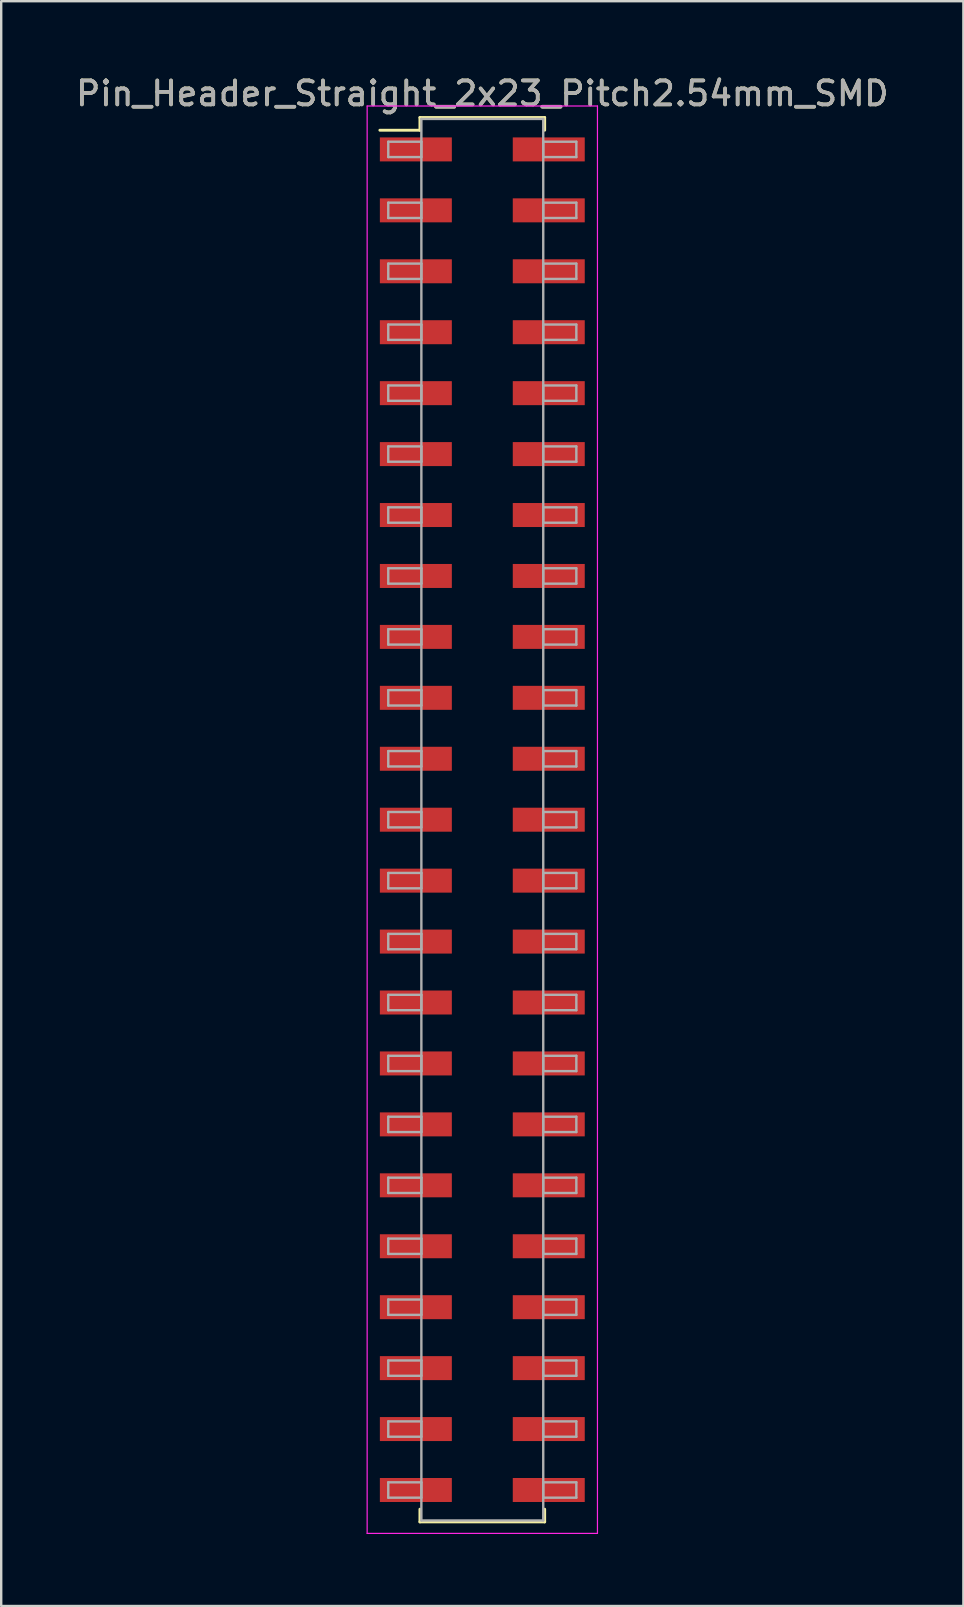
<source format=kicad_pcb>
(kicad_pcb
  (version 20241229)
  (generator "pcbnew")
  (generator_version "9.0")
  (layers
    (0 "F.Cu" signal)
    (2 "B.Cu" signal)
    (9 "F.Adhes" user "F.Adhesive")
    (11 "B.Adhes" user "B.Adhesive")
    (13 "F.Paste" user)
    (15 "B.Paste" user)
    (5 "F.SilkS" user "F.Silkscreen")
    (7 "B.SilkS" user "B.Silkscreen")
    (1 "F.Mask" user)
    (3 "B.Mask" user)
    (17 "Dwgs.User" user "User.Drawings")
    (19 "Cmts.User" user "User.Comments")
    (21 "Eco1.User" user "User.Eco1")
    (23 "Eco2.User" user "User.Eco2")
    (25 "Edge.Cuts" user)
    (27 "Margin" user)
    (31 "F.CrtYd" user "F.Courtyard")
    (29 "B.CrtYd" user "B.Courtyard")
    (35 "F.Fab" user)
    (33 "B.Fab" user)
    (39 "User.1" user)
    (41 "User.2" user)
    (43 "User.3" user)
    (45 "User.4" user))
  (footprint "Pin_Header_Straight_2x23_Pitch2.54mm_SMD"
    (layer "F.Cu")
    (at 17.054 31.118)
    (property "Reference" "Pin_Header_Straight_2x23_Pitch2.54mm_SMD" (at 0 -30.27 0) (layer "F.SilkS") (effects (font (size 1 1) (thickness 0.15))))
    (attr smd)
    (fp_line (start -4.27 -28.74) (end -2.6 -28.74) (stroke (width 0.12) (type solid)) (layer "F.SilkS"))
    (fp_line (start -2.6 -29.27) (end 2.6 -29.27) (stroke (width 0.12) (type solid)) (layer "F.SilkS"))
    (fp_line (start -2.6 -28.74) (end -2.6 -29.27) (stroke (width 0.12) (type solid)) (layer "F.SilkS"))
    (fp_line (start -2.6 28.74) (end -2.6 29.27) (stroke (width 0.12) (type solid)) (layer "F.SilkS"))
    (fp_line (start -2.6 29.27) (end 2.6 29.27) (stroke (width 0.12) (type solid)) (layer "F.SilkS"))
    (fp_line (start 2.6 -29.27) (end 2.6 -28.74) (stroke (width 0.12) (type solid)) (layer "F.SilkS"))
    (fp_line (start 2.6 29.27) (end 2.6 28.74) (stroke (width 0.12) (type solid)) (layer "F.SilkS"))
    (fp_line (start -4.8 -29.75) (end -4.8 29.75) (stroke (width 0.05) (type solid)) (layer "F.CrtYd"))
    (fp_line (start -4.8 29.75) (end 4.8 29.75) (stroke (width 0.05) (type solid)) (layer "F.CrtYd"))
    (fp_line (start 4.8 -29.75) (end -4.8 -29.75) (stroke (width 0.05) (type solid)) (layer "F.CrtYd"))
    (fp_line (start 4.8 29.75) (end 4.8 -29.75) (stroke (width 0.05) (type solid)) (layer "F.CrtYd"))
    (fp_line (start -3.92 -28.26) (end -2.54 -28.26) (stroke (width 0.1) (type solid)) (layer "F.Fab"))
    (fp_line (start -3.92 -27.62) (end -3.92 -28.26) (stroke (width 0.1) (type solid)) (layer "F.Fab"))
    (fp_line (start -3.92 -25.72) (end -2.54 -25.72) (stroke (width 0.1) (type solid)) (layer "F.Fab"))
    (fp_line (start -3.92 -25.08) (end -3.92 -25.72) (stroke (width 0.1) (type solid)) (layer "F.Fab"))
    (fp_line (start -3.92 -23.18) (end -2.54 -23.18) (stroke (width 0.1) (type solid)) (layer "F.Fab"))
    (fp_line (start -3.92 -22.54) (end -3.92 -23.18) (stroke (width 0.1) (type solid)) (layer "F.Fab"))
    (fp_line (start -3.92 -20.64) (end -2.54 -20.64) (stroke (width 0.1) (type solid)) (layer "F.Fab"))
    (fp_line (start -3.92 -20) (end -3.92 -20.64) (stroke (width 0.1) (type solid)) (layer "F.Fab"))
    (fp_line (start -3.92 -18.1) (end -2.54 -18.1) (stroke (width 0.1) (type solid)) (layer "F.Fab"))
    (fp_line (start -3.92 -17.46) (end -3.92 -18.1) (stroke (width 0.1) (type solid)) (layer "F.Fab"))
    (fp_line (start -3.92 -15.56) (end -2.54 -15.56) (stroke (width 0.1) (type solid)) (layer "F.Fab"))
    (fp_line (start -3.92 -14.92) (end -3.92 -15.56) (stroke (width 0.1) (type solid)) (layer "F.Fab"))
    (fp_line (start -3.92 -13.02) (end -2.54 -13.02) (stroke (width 0.1) (type solid)) (layer "F.Fab"))
    (fp_line (start -3.92 -12.38) (end -3.92 -13.02) (stroke (width 0.1) (type solid)) (layer "F.Fab"))
    (fp_line (start -3.92 -10.48) (end -2.54 -10.48) (stroke (width 0.1) (type solid)) (layer "F.Fab"))
    (fp_line (start -3.92 -9.84) (end -3.92 -10.48) (stroke (width 0.1) (type solid)) (layer "F.Fab"))
    (fp_line (start -3.92 -7.94) (end -2.54 -7.94) (stroke (width 0.1) (type solid)) (layer "F.Fab"))
    (fp_line (start -3.92 -7.3) (end -3.92 -7.94) (stroke (width 0.1) (type solid)) (layer "F.Fab"))
    (fp_line (start -3.92 -5.4) (end -2.54 -5.4) (stroke (width 0.1) (type solid)) (layer "F.Fab"))
    (fp_line (start -3.92 -4.76) (end -3.92 -5.4) (stroke (width 0.1) (type solid)) (layer "F.Fab"))
    (fp_line (start -3.92 -2.86) (end -2.54 -2.86) (stroke (width 0.1) (type solid)) (layer "F.Fab"))
    (fp_line (start -3.92 -2.22) (end -3.92 -2.86) (stroke (width 0.1) (type solid)) (layer "F.Fab"))
    (fp_line (start -3.92 -0.32) (end -2.54 -0.32) (stroke (width 0.1) (type solid)) (layer "F.Fab"))
    (fp_line (start -3.92 0.32) (end -3.92 -0.32) (stroke (width 0.1) (type solid)) (layer "F.Fab"))
    (fp_line (start -3.92 2.22) (end -2.54 2.22) (stroke (width 0.1) (type solid)) (layer "F.Fab"))
    (fp_line (start -3.92 2.86) (end -3.92 2.22) (stroke (width 0.1) (type solid)) (layer "F.Fab"))
    (fp_line (start -3.92 4.76) (end -2.54 4.76) (stroke (width 0.1) (type solid)) (layer "F.Fab"))
    (fp_line (start -3.92 5.4) (end -3.92 4.76) (stroke (width 0.1) (type solid)) (layer "F.Fab"))
    (fp_line (start -3.92 7.3) (end -2.54 7.3) (stroke (width 0.1) (type solid)) (layer "F.Fab"))
    (fp_line (start -3.92 7.94) (end -3.92 7.3) (stroke (width 0.1) (type solid)) (layer "F.Fab"))
    (fp_line (start -3.92 9.84) (end -2.54 9.84) (stroke (width 0.1) (type solid)) (layer "F.Fab"))
    (fp_line (start -3.92 10.48) (end -3.92 9.84) (stroke (width 0.1) (type solid)) (layer "F.Fab"))
    (fp_line (start -3.92 12.38) (end -2.54 12.38) (stroke (width 0.1) (type solid)) (layer "F.Fab"))
    (fp_line (start -3.92 13.02) (end -3.92 12.38) (stroke (width 0.1) (type solid)) (layer "F.Fab"))
    (fp_line (start -3.92 14.92) (end -2.54 14.92) (stroke (width 0.1) (type solid)) (layer "F.Fab"))
    (fp_line (start -3.92 15.56) (end -3.92 14.92) (stroke (width 0.1) (type solid)) (layer "F.Fab"))
    (fp_line (start -3.92 17.46) (end -2.54 17.46) (stroke (width 0.1) (type solid)) (layer "F.Fab"))
    (fp_line (start -3.92 18.1) (end -3.92 17.46) (stroke (width 0.1) (type solid)) (layer "F.Fab"))
    (fp_line (start -3.92 20) (end -2.54 20) (stroke (width 0.1) (type solid)) (layer "F.Fab"))
    (fp_line (start -3.92 20.64) (end -3.92 20) (stroke (width 0.1) (type solid)) (layer "F.Fab"))
    (fp_line (start -3.92 22.54) (end -2.54 22.54) (stroke (width 0.1) (type solid)) (layer "F.Fab"))
    (fp_line (start -3.92 23.18) (end -3.92 22.54) (stroke (width 0.1) (type solid)) (layer "F.Fab"))
    (fp_line (start -3.92 25.08) (end -2.54 25.08) (stroke (width 0.1) (type solid)) (layer "F.Fab"))
    (fp_line (start -3.92 25.72) (end -3.92 25.08) (stroke (width 0.1) (type solid)) (layer "F.Fab"))
    (fp_line (start -3.92 27.62) (end -2.54 27.62) (stroke (width 0.1) (type solid)) (layer "F.Fab"))
    (fp_line (start -3.92 28.26) (end -3.92 27.62) (stroke (width 0.1) (type solid)) (layer "F.Fab"))
    (fp_line (start -2.54 -29.21) (end -2.54 29.21) (stroke (width 0.1) (type solid)) (layer "F.Fab"))
    (fp_line (start -2.54 -28.26) (end -2.54 -27.62) (stroke (width 0.1) (type solid)) (layer "F.Fab"))
    (fp_line (start -2.54 -27.62) (end -3.92 -27.62) (stroke (width 0.1) (type solid)) (layer "F.Fab"))
    (fp_line (start -2.54 -25.72) (end -2.54 -25.08) (stroke (width 0.1) (type solid)) (layer "F.Fab"))
    (fp_line (start -2.54 -25.08) (end -3.92 -25.08) (stroke (width 0.1) (type solid)) (layer "F.Fab"))
    (fp_line (start -2.54 -23.18) (end -2.54 -22.54) (stroke (width 0.1) (type solid)) (layer "F.Fab"))
    (fp_line (start -2.54 -22.54) (end -3.92 -22.54) (stroke (width 0.1) (type solid)) (layer "F.Fab"))
    (fp_line (start -2.54 -20.64) (end -2.54 -20) (stroke (width 0.1) (type solid)) (layer "F.Fab"))
    (fp_line (start -2.54 -20) (end -3.92 -20) (stroke (width 0.1) (type solid)) (layer "F.Fab"))
    (fp_line (start -2.54 -18.1) (end -2.54 -17.46) (stroke (width 0.1) (type solid)) (layer "F.Fab"))
    (fp_line (start -2.54 -17.46) (end -3.92 -17.46) (stroke (width 0.1) (type solid)) (layer "F.Fab"))
    (fp_line (start -2.54 -15.56) (end -2.54 -14.92) (stroke (width 0.1) (type solid)) (layer "F.Fab"))
    (fp_line (start -2.54 -14.92) (end -3.92 -14.92) (stroke (width 0.1) (type solid)) (layer "F.Fab"))
    (fp_line (start -2.54 -13.02) (end -2.54 -12.38) (stroke (width 0.1) (type solid)) (layer "F.Fab"))
    (fp_line (start -2.54 -12.38) (end -3.92 -12.38) (stroke (width 0.1) (type solid)) (layer "F.Fab"))
    (fp_line (start -2.54 -10.48) (end -2.54 -9.84) (stroke (width 0.1) (type solid)) (layer "F.Fab"))
    (fp_line (start -2.54 -9.84) (end -3.92 -9.84) (stroke (width 0.1) (type solid)) (layer "F.Fab"))
    (fp_line (start -2.54 -7.94) (end -2.54 -7.3) (stroke (width 0.1) (type solid)) (layer "F.Fab"))
    (fp_line (start -2.54 -7.3) (end -3.92 -7.3) (stroke (width 0.1) (type solid)) (layer "F.Fab"))
    (fp_line (start -2.54 -5.4) (end -2.54 -4.76) (stroke (width 0.1) (type solid)) (layer "F.Fab"))
    (fp_line (start -2.54 -4.76) (end -3.92 -4.76) (stroke (width 0.1) (type solid)) (layer "F.Fab"))
    (fp_line (start -2.54 -2.86) (end -2.54 -2.22) (stroke (width 0.1) (type solid)) (layer "F.Fab"))
    (fp_line (start -2.54 -2.22) (end -3.92 -2.22) (stroke (width 0.1) (type solid)) (layer "F.Fab"))
    (fp_line (start -2.54 -0.32) (end -2.54 0.32) (stroke (width 0.1) (type solid)) (layer "F.Fab"))
    (fp_line (start -2.54 0.32) (end -3.92 0.32) (stroke (width 0.1) (type solid)) (layer "F.Fab"))
    (fp_line (start -2.54 2.22) (end -2.54 2.86) (stroke (width 0.1) (type solid)) (layer "F.Fab"))
    (fp_line (start -2.54 2.86) (end -3.92 2.86) (stroke (width 0.1) (type solid)) (layer "F.Fab"))
    (fp_line (start -2.54 4.76) (end -2.54 5.4) (stroke (width 0.1) (type solid)) (layer "F.Fab"))
    (fp_line (start -2.54 5.4) (end -3.92 5.4) (stroke (width 0.1) (type solid)) (layer "F.Fab"))
    (fp_line (start -2.54 7.3) (end -2.54 7.94) (stroke (width 0.1) (type solid)) (layer "F.Fab"))
    (fp_line (start -2.54 7.94) (end -3.92 7.94) (stroke (width 0.1) (type solid)) (layer "F.Fab"))
    (fp_line (start -2.54 9.84) (end -2.54 10.48) (stroke (width 0.1) (type solid)) (layer "F.Fab"))
    (fp_line (start -2.54 10.48) (end -3.92 10.48) (stroke (width 0.1) (type solid)) (layer "F.Fab"))
    (fp_line (start -2.54 12.38) (end -2.54 13.02) (stroke (width 0.1) (type solid)) (layer "F.Fab"))
    (fp_line (start -2.54 13.02) (end -3.92 13.02) (stroke (width 0.1) (type solid)) (layer "F.Fab"))
    (fp_line (start -2.54 14.92) (end -2.54 15.56) (stroke (width 0.1) (type solid)) (layer "F.Fab"))
    (fp_line (start -2.54 15.56) (end -3.92 15.56) (stroke (width 0.1) (type solid)) (layer "F.Fab"))
    (fp_line (start -2.54 17.46) (end -2.54 18.1) (stroke (width 0.1) (type solid)) (layer "F.Fab"))
    (fp_line (start -2.54 18.1) (end -3.92 18.1) (stroke (width 0.1) (type solid)) (layer "F.Fab"))
    (fp_line (start -2.54 20) (end -2.54 20.64) (stroke (width 0.1) (type solid)) (layer "F.Fab"))
    (fp_line (start -2.54 20.64) (end -3.92 20.64) (stroke (width 0.1) (type solid)) (layer "F.Fab"))
    (fp_line (start -2.54 22.54) (end -2.54 23.18) (stroke (width 0.1) (type solid)) (layer "F.Fab"))
    (fp_line (start -2.54 23.18) (end -3.92 23.18) (stroke (width 0.1) (type solid)) (layer "F.Fab"))
    (fp_line (start -2.54 25.08) (end -2.54 25.72) (stroke (width 0.1) (type solid)) (layer "F.Fab"))
    (fp_line (start -2.54 25.72) (end -3.92 25.72) (stroke (width 0.1) (type solid)) (layer "F.Fab"))
    (fp_line (start -2.54 27.62) (end -2.54 28.26) (stroke (width 0.1) (type solid)) (layer "F.Fab"))
    (fp_line (start -2.54 28.26) (end -3.92 28.26) (stroke (width 0.1) (type solid)) (layer "F.Fab"))
    (fp_line (start -2.54 29.21) (end 2.54 29.21) (stroke (width 0.1) (type solid)) (layer "F.Fab"))
    (fp_line (start 2.54 -29.21) (end -2.54 -29.21) (stroke (width 0.1) (type solid)) (layer "F.Fab"))
    (fp_line (start 2.54 -28.26) (end 2.54 -27.62) (stroke (width 0.1) (type solid)) (layer "F.Fab"))
    (fp_line (start 2.54 -27.62) (end 3.92 -27.62) (stroke (width 0.1) (type solid)) (layer "F.Fab"))
    (fp_line (start 2.54 -25.72) (end 2.54 -25.08) (stroke (width 0.1) (type solid)) (layer "F.Fab"))
    (fp_line (start 2.54 -25.08) (end 3.92 -25.08) (stroke (width 0.1) (type solid)) (layer "F.Fab"))
    (fp_line (start 2.54 -23.18) (end 2.54 -22.54) (stroke (width 0.1) (type solid)) (layer "F.Fab"))
    (fp_line (start 2.54 -22.54) (end 3.92 -22.54) (stroke (width 0.1) (type solid)) (layer "F.Fab"))
    (fp_line (start 2.54 -20.64) (end 2.54 -20) (stroke (width 0.1) (type solid)) (layer "F.Fab"))
    (fp_line (start 2.54 -20) (end 3.92 -20) (stroke (width 0.1) (type solid)) (layer "F.Fab"))
    (fp_line (start 2.54 -18.1) (end 2.54 -17.46) (stroke (width 0.1) (type solid)) (layer "F.Fab"))
    (fp_line (start 2.54 -17.46) (end 3.92 -17.46) (stroke (width 0.1) (type solid)) (layer "F.Fab"))
    (fp_line (start 2.54 -15.56) (end 2.54 -14.92) (stroke (width 0.1) (type solid)) (layer "F.Fab"))
    (fp_line (start 2.54 -14.92) (end 3.92 -14.92) (stroke (width 0.1) (type solid)) (layer "F.Fab"))
    (fp_line (start 2.54 -13.02) (end 2.54 -12.38) (stroke (width 0.1) (type solid)) (layer "F.Fab"))
    (fp_line (start 2.54 -12.38) (end 3.92 -12.38) (stroke (width 0.1) (type solid)) (layer "F.Fab"))
    (fp_line (start 2.54 -10.48) (end 2.54 -9.84) (stroke (width 0.1) (type solid)) (layer "F.Fab"))
    (fp_line (start 2.54 -9.84) (end 3.92 -9.84) (stroke (width 0.1) (type solid)) (layer "F.Fab"))
    (fp_line (start 2.54 -7.94) (end 2.54 -7.3) (stroke (width 0.1) (type solid)) (layer "F.Fab"))
    (fp_line (start 2.54 -7.3) (end 3.92 -7.3) (stroke (width 0.1) (type solid)) (layer "F.Fab"))
    (fp_line (start 2.54 -5.4) (end 2.54 -4.76) (stroke (width 0.1) (type solid)) (layer "F.Fab"))
    (fp_line (start 2.54 -4.76) (end 3.92 -4.76) (stroke (width 0.1) (type solid)) (layer "F.Fab"))
    (fp_line (start 2.54 -2.86) (end 2.54 -2.22) (stroke (width 0.1) (type solid)) (layer "F.Fab"))
    (fp_line (start 2.54 -2.22) (end 3.92 -2.22) (stroke (width 0.1) (type solid)) (layer "F.Fab"))
    (fp_line (start 2.54 -0.32) (end 2.54 0.32) (stroke (width 0.1) (type solid)) (layer "F.Fab"))
    (fp_line (start 2.54 0.32) (end 3.92 0.32) (stroke (width 0.1) (type solid)) (layer "F.Fab"))
    (fp_line (start 2.54 2.22) (end 2.54 2.86) (stroke (width 0.1) (type solid)) (layer "F.Fab"))
    (fp_line (start 2.54 2.86) (end 3.92 2.86) (stroke (width 0.1) (type solid)) (layer "F.Fab"))
    (fp_line (start 2.54 4.76) (end 2.54 5.4) (stroke (width 0.1) (type solid)) (layer "F.Fab"))
    (fp_line (start 2.54 5.4) (end 3.92 5.4) (stroke (width 0.1) (type solid)) (layer "F.Fab"))
    (fp_line (start 2.54 7.3) (end 2.54 7.94) (stroke (width 0.1) (type solid)) (layer "F.Fab"))
    (fp_line (start 2.54 7.94) (end 3.92 7.94) (stroke (width 0.1) (type solid)) (layer "F.Fab"))
    (fp_line (start 2.54 9.84) (end 2.54 10.48) (stroke (width 0.1) (type solid)) (layer "F.Fab"))
    (fp_line (start 2.54 10.48) (end 3.92 10.48) (stroke (width 0.1) (type solid)) (layer "F.Fab"))
    (fp_line (start 2.54 12.38) (end 2.54 13.02) (stroke (width 0.1) (type solid)) (layer "F.Fab"))
    (fp_line (start 2.54 13.02) (end 3.92 13.02) (stroke (width 0.1) (type solid)) (layer "F.Fab"))
    (fp_line (start 2.54 14.92) (end 2.54 15.56) (stroke (width 0.1) (type solid)) (layer "F.Fab"))
    (fp_line (start 2.54 15.56) (end 3.92 15.56) (stroke (width 0.1) (type solid)) (layer "F.Fab"))
    (fp_line (start 2.54 17.46) (end 2.54 18.1) (stroke (width 0.1) (type solid)) (layer "F.Fab"))
    (fp_line (start 2.54 18.1) (end 3.92 18.1) (stroke (width 0.1) (type solid)) (layer "F.Fab"))
    (fp_line (start 2.54 20) (end 2.54 20.64) (stroke (width 0.1) (type solid)) (layer "F.Fab"))
    (fp_line (start 2.54 20.64) (end 3.92 20.64) (stroke (width 0.1) (type solid)) (layer "F.Fab"))
    (fp_line (start 2.54 22.54) (end 2.54 23.18) (stroke (width 0.1) (type solid)) (layer "F.Fab"))
    (fp_line (start 2.54 23.18) (end 3.92 23.18) (stroke (width 0.1) (type solid)) (layer "F.Fab"))
    (fp_line (start 2.54 25.08) (end 2.54 25.72) (stroke (width 0.1) (type solid)) (layer "F.Fab"))
    (fp_line (start 2.54 25.72) (end 3.92 25.72) (stroke (width 0.1) (type solid)) (layer "F.Fab"))
    (fp_line (start 2.54 27.62) (end 2.54 28.26) (stroke (width 0.1) (type solid)) (layer "F.Fab"))
    (fp_line (start 2.54 28.26) (end 3.92 28.26) (stroke (width 0.1) (type solid)) (layer "F.Fab"))
    (fp_line (start 2.54 29.21) (end 2.54 -29.21) (stroke (width 0.1) (type solid)) (layer "F.Fab"))
    (fp_line (start 3.92 -28.26) (end 2.54 -28.26) (stroke (width 0.1) (type solid)) (layer "F.Fab"))
    (fp_line (start 3.92 -27.62) (end 3.92 -28.26) (stroke (width 0.1) (type solid)) (layer "F.Fab"))
    (fp_line (start 3.92 -25.72) (end 2.54 -25.72) (stroke (width 0.1) (type solid)) (layer "F.Fab"))
    (fp_line (start 3.92 -25.08) (end 3.92 -25.72) (stroke (width 0.1) (type solid)) (layer "F.Fab"))
    (fp_line (start 3.92 -23.18) (end 2.54 -23.18) (stroke (width 0.1) (type solid)) (layer "F.Fab"))
    (fp_line (start 3.92 -22.54) (end 3.92 -23.18) (stroke (width 0.1) (type solid)) (layer "F.Fab"))
    (fp_line (start 3.92 -20.64) (end 2.54 -20.64) (stroke (width 0.1) (type solid)) (layer "F.Fab"))
    (fp_line (start 3.92 -20) (end 3.92 -20.64) (stroke (width 0.1) (type solid)) (layer "F.Fab"))
    (fp_line (start 3.92 -18.1) (end 2.54 -18.1) (stroke (width 0.1) (type solid)) (layer "F.Fab"))
    (fp_line (start 3.92 -17.46) (end 3.92 -18.1) (stroke (width 0.1) (type solid)) (layer "F.Fab"))
    (fp_line (start 3.92 -15.56) (end 2.54 -15.56) (stroke (width 0.1) (type solid)) (layer "F.Fab"))
    (fp_line (start 3.92 -14.92) (end 3.92 -15.56) (stroke (width 0.1) (type solid)) (layer "F.Fab"))
    (fp_line (start 3.92 -13.02) (end 2.54 -13.02) (stroke (width 0.1) (type solid)) (layer "F.Fab"))
    (fp_line (start 3.92 -12.38) (end 3.92 -13.02) (stroke (width 0.1) (type solid)) (layer "F.Fab"))
    (fp_line (start 3.92 -10.48) (end 2.54 -10.48) (stroke (width 0.1) (type solid)) (layer "F.Fab"))
    (fp_line (start 3.92 -9.84) (end 3.92 -10.48) (stroke (width 0.1) (type solid)) (layer "F.Fab"))
    (fp_line (start 3.92 -7.94) (end 2.54 -7.94) (stroke (width 0.1) (type solid)) (layer "F.Fab"))
    (fp_line (start 3.92 -7.3) (end 3.92 -7.94) (stroke (width 0.1) (type solid)) (layer "F.Fab"))
    (fp_line (start 3.92 -5.4) (end 2.54 -5.4) (stroke (width 0.1) (type solid)) (layer "F.Fab"))
    (fp_line (start 3.92 -4.76) (end 3.92 -5.4) (stroke (width 0.1) (type solid)) (layer "F.Fab"))
    (fp_line (start 3.92 -2.86) (end 2.54 -2.86) (stroke (width 0.1) (type solid)) (layer "F.Fab"))
    (fp_line (start 3.92 -2.22) (end 3.92 -2.86) (stroke (width 0.1) (type solid)) (layer "F.Fab"))
    (fp_line (start 3.92 -0.32) (end 2.54 -0.32) (stroke (width 0.1) (type solid)) (layer "F.Fab"))
    (fp_line (start 3.92 0.32) (end 3.92 -0.32) (stroke (width 0.1) (type solid)) (layer "F.Fab"))
    (fp_line (start 3.92 2.22) (end 2.54 2.22) (stroke (width 0.1) (type solid)) (layer "F.Fab"))
    (fp_line (start 3.92 2.86) (end 3.92 2.22) (stroke (width 0.1) (type solid)) (layer "F.Fab"))
    (fp_line (start 3.92 4.76) (end 2.54 4.76) (stroke (width 0.1) (type solid)) (layer "F.Fab"))
    (fp_line (start 3.92 5.4) (end 3.92 4.76) (stroke (width 0.1) (type solid)) (layer "F.Fab"))
    (fp_line (start 3.92 7.3) (end 2.54 7.3) (stroke (width 0.1) (type solid)) (layer "F.Fab"))
    (fp_line (start 3.92 7.94) (end 3.92 7.3) (stroke (width 0.1) (type solid)) (layer "F.Fab"))
    (fp_line (start 3.92 9.84) (end 2.54 9.84) (stroke (width 0.1) (type solid)) (layer "F.Fab"))
    (fp_line (start 3.92 10.48) (end 3.92 9.84) (stroke (width 0.1) (type solid)) (layer "F.Fab"))
    (fp_line (start 3.92 12.38) (end 2.54 12.38) (stroke (width 0.1) (type solid)) (layer "F.Fab"))
    (fp_line (start 3.92 13.02) (end 3.92 12.38) (stroke (width 0.1) (type solid)) (layer "F.Fab"))
    (fp_line (start 3.92 14.92) (end 2.54 14.92) (stroke (width 0.1) (type solid)) (layer "F.Fab"))
    (fp_line (start 3.92 15.56) (end 3.92 14.92) (stroke (width 0.1) (type solid)) (layer "F.Fab"))
    (fp_line (start 3.92 17.46) (end 2.54 17.46) (stroke (width 0.1) (type solid)) (layer "F.Fab"))
    (fp_line (start 3.92 18.1) (end 3.92 17.46) (stroke (width 0.1) (type solid)) (layer "F.Fab"))
    (fp_line (start 3.92 20) (end 2.54 20) (stroke (width 0.1) (type solid)) (layer "F.Fab"))
    (fp_line (start 3.92 20.64) (end 3.92 20) (stroke (width 0.1) (type solid)) (layer "F.Fab"))
    (fp_line (start 3.92 22.54) (end 2.54 22.54) (stroke (width 0.1) (type solid)) (layer "F.Fab"))
    (fp_line (start 3.92 23.18) (end 3.92 22.54) (stroke (width 0.1) (type solid)) (layer "F.Fab"))
    (fp_line (start 3.92 25.08) (end 2.54 25.08) (stroke (width 0.1) (type solid)) (layer "F.Fab"))
    (fp_line (start 3.92 25.72) (end 3.92 25.08) (stroke (width 0.1) (type solid)) (layer "F.Fab"))
    (fp_line (start 3.92 27.62) (end 2.54 27.62) (stroke (width 0.1) (type solid)) (layer "F.Fab"))
    (fp_line (start 3.92 28.26) (end 3.92 27.62) (stroke (width 0.1) (type solid)) (layer "F.Fab"))
    (fp_text user "${REFERENCE}" (at 0 -30.27 0) (layer "F.Fab") (effects (font (size 1 1) (thickness 0.15))))
    (pad "1" smd rect (at -2.77 -27.94) (size 3 1) (layers "F.Cu" "F.Mask" "F.Paste"))
    (pad "2" smd rect (at 2.77 -27.94) (size 3 1) (layers "F.Cu" "F.Mask" "F.Paste"))
    (pad "3" smd rect (at -2.77 -25.4) (size 3 1) (layers "F.Cu" "F.Mask" "F.Paste"))
    (pad "4" smd rect (at 2.77 -25.4) (size 3 1) (layers "F.Cu" "F.Mask" "F.Paste"))
    (pad "5" smd rect (at -2.77 -22.86) (size 3 1) (layers "F.Cu" "F.Mask" "F.Paste"))
    (pad "6" smd rect (at 2.77 -22.86) (size 3 1) (layers "F.Cu" "F.Mask" "F.Paste"))
    (pad "7" smd rect (at -2.77 -20.32) (size 3 1) (layers "F.Cu" "F.Mask" "F.Paste"))
    (pad "8" smd rect (at 2.77 -20.32) (size 3 1) (layers "F.Cu" "F.Mask" "F.Paste"))
    (pad "9" smd rect (at -2.77 -17.78) (size 3 1) (layers "F.Cu" "F.Mask" "F.Paste"))
    (pad "10" smd rect (at 2.77 -17.78) (size 3 1) (layers "F.Cu" "F.Mask" "F.Paste"))
    (pad "11" smd rect (at -2.77 -15.24) (size 3 1) (layers "F.Cu" "F.Mask" "F.Paste"))
    (pad "12" smd rect (at 2.77 -15.24) (size 3 1) (layers "F.Cu" "F.Mask" "F.Paste"))
    (pad "13" smd rect (at -2.77 -12.7) (size 3 1) (layers "F.Cu" "F.Mask" "F.Paste"))
    (pad "14" smd rect (at 2.77 -12.7) (size 3 1) (layers "F.Cu" "F.Mask" "F.Paste"))
    (pad "15" smd rect (at -2.77 -10.16) (size 3 1) (layers "F.Cu" "F.Mask" "F.Paste"))
    (pad "16" smd rect (at 2.77 -10.16) (size 3 1) (layers "F.Cu" "F.Mask" "F.Paste"))
    (pad "17" smd rect (at -2.77 -7.62) (size 3 1) (layers "F.Cu" "F.Mask" "F.Paste"))
    (pad "18" smd rect (at 2.77 -7.62) (size 3 1) (layers "F.Cu" "F.Mask" "F.Paste"))
    (pad "19" smd rect (at -2.77 -5.08) (size 3 1) (layers "F.Cu" "F.Mask" "F.Paste"))
    (pad "20" smd rect (at 2.77 -5.08) (size 3 1) (layers "F.Cu" "F.Mask" "F.Paste"))
    (pad "21" smd rect (at -2.77 -2.54) (size 3 1) (layers "F.Cu" "F.Mask" "F.Paste"))
    (pad "22" smd rect (at 2.77 -2.54) (size 3 1) (layers "F.Cu" "F.Mask" "F.Paste"))
    (pad "23" smd rect (at -2.77 0) (size 3 1) (layers "F.Cu" "F.Mask" "F.Paste"))
    (pad "24" smd rect (at 2.77 0) (size 3 1) (layers "F.Cu" "F.Mask" "F.Paste"))
    (pad "25" smd rect (at -2.77 2.54) (size 3 1) (layers "F.Cu" "F.Mask" "F.Paste"))
    (pad "26" smd rect (at 2.77 2.54) (size 3 1) (layers "F.Cu" "F.Mask" "F.Paste"))
    (pad "27" smd rect (at -2.77 5.08) (size 3 1) (layers "F.Cu" "F.Mask" "F.Paste"))
    (pad "28" smd rect (at 2.77 5.08) (size 3 1) (layers "F.Cu" "F.Mask" "F.Paste"))
    (pad "29" smd rect (at -2.77 7.62) (size 3 1) (layers "F.Cu" "F.Mask" "F.Paste"))
    (pad "30" smd rect (at 2.77 7.62) (size 3 1) (layers "F.Cu" "F.Mask" "F.Paste"))
    (pad "31" smd rect (at -2.77 10.16) (size 3 1) (layers "F.Cu" "F.Mask" "F.Paste"))
    (pad "32" smd rect (at 2.77 10.16) (size 3 1) (layers "F.Cu" "F.Mask" "F.Paste"))
    (pad "33" smd rect (at -2.77 12.7) (size 3 1) (layers "F.Cu" "F.Mask" "F.Paste"))
    (pad "34" smd rect (at 2.77 12.7) (size 3 1) (layers "F.Cu" "F.Mask" "F.Paste"))
    (pad "35" smd rect (at -2.77 15.24) (size 3 1) (layers "F.Cu" "F.Mask" "F.Paste"))
    (pad "36" smd rect (at 2.77 15.24) (size 3 1) (layers "F.Cu" "F.Mask" "F.Paste"))
    (pad "37" smd rect (at -2.77 17.78) (size 3 1) (layers "F.Cu" "F.Mask" "F.Paste"))
    (pad "38" smd rect (at 2.77 17.78) (size 3 1) (layers "F.Cu" "F.Mask" "F.Paste"))
    (pad "39" smd rect (at -2.77 20.32) (size 3 1) (layers "F.Cu" "F.Mask" "F.Paste"))
    (pad "40" smd rect (at 2.77 20.32) (size 3 1) (layers "F.Cu" "F.Mask" "F.Paste"))
    (pad "41" smd rect (at -2.77 22.86) (size 3 1) (layers "F.Cu" "F.Mask" "F.Paste"))
    (pad "42" smd rect (at 2.77 22.86) (size 3 1) (layers "F.Cu" "F.Mask" "F.Paste"))
    (pad "43" smd rect (at -2.77 25.4) (size 3 1) (layers "F.Cu" "F.Mask" "F.Paste"))
    (pad "44" smd rect (at 2.77 25.4) (size 3 1) (layers "F.Cu" "F.Mask" "F.Paste"))
    (pad "45" smd rect (at -2.77 27.94) (size 3 1) (layers "F.Cu" "F.Mask" "F.Paste"))
    (pad "46" smd rect (at 2.77 27.94) (size 3 1) (layers "F.Cu" "F.Mask" "F.Paste")))
  (gr_rect
    (start -3 -3)
    (end 37.107 63.893)
    (stroke (width 0.1) (type default))
    (fill no)
    (layer "Edge.Cuts")))
</source>
